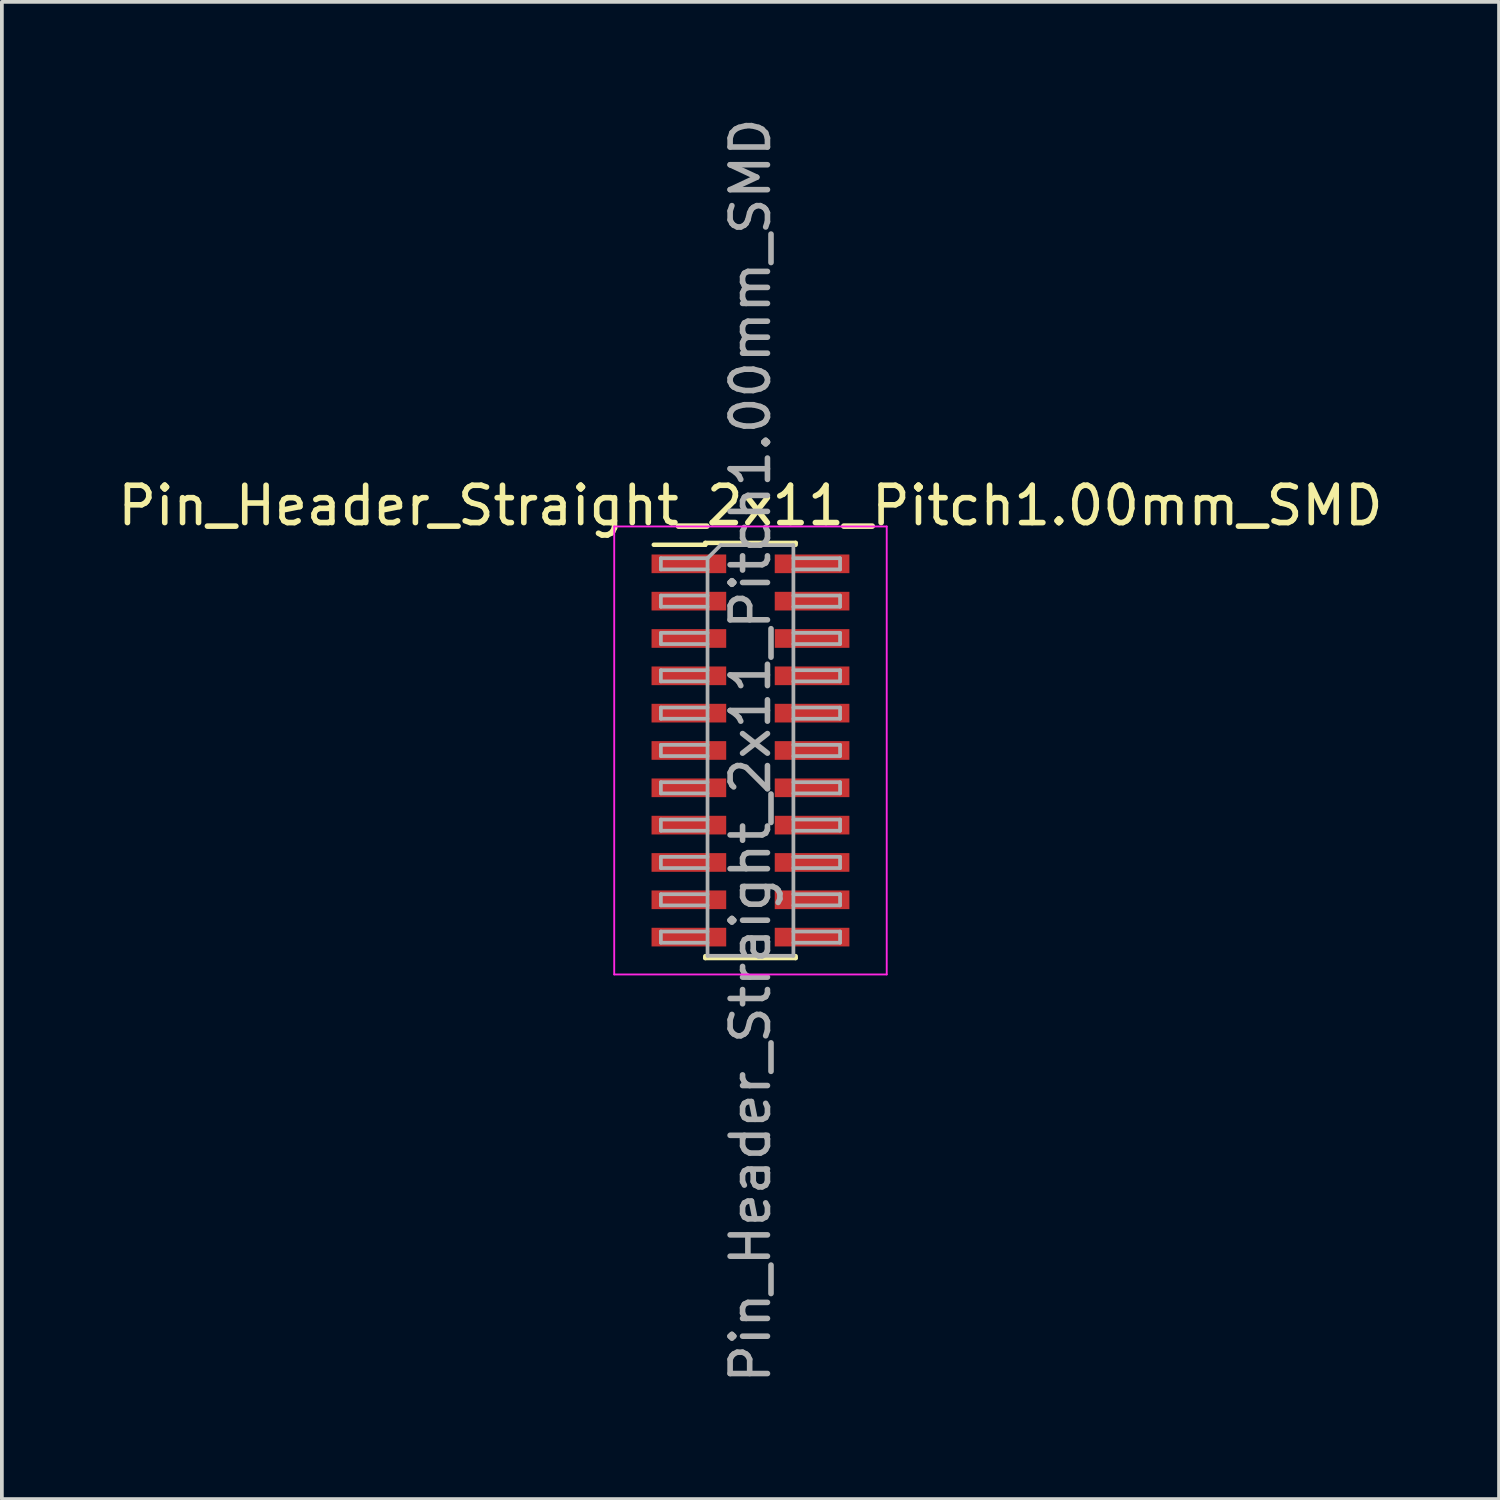
<source format=kicad_pcb>
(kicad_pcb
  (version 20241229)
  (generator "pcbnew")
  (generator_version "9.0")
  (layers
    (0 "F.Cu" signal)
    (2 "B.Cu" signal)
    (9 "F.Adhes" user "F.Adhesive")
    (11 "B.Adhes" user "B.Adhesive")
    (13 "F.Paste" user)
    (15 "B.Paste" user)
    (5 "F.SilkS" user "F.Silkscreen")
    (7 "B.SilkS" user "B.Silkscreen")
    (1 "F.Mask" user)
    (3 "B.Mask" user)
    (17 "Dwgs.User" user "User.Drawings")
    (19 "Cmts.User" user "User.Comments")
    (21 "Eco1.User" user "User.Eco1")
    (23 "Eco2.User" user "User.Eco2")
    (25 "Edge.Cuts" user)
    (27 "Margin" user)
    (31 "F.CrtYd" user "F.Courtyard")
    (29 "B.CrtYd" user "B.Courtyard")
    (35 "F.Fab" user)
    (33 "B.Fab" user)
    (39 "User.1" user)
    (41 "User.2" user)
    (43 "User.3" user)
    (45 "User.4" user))
  (footprint "Pin_Header_Straight_2x11_Pitch1.00mm_SMD"
    (layer "F.Cu")
    (at 17.054 17.054)
    (property "Reference" "Pin_Header_Straight_2x11_Pitch1.00mm_SMD" (at 0 -6.56 0) (layer "F.SilkS") (effects (font (size 1 1) (thickness 0.15))))
    (attr smd)
    (fp_line (start -2.59 -5.51) (end -1.21 -5.51) (stroke (width 0.12) (type solid)) (layer "F.SilkS"))
    (fp_line (start -1.21 -5.56) (end -1.21 -5.51) (stroke (width 0.12) (type solid)) (layer "F.SilkS"))
    (fp_line (start -1.21 -5.56) (end 1.21 -5.56) (stroke (width 0.12) (type solid)) (layer "F.SilkS"))
    (fp_line (start -1.21 5.51) (end -1.21 5.56) (stroke (width 0.12) (type solid)) (layer "F.SilkS"))
    (fp_line (start -1.21 5.56) (end 1.21 5.56) (stroke (width 0.12) (type solid)) (layer "F.SilkS"))
    (fp_line (start 1.21 -5.56) (end 1.21 -5.51) (stroke (width 0.12) (type solid)) (layer "F.SilkS"))
    (fp_line (start 1.21 5.51) (end 1.21 5.56) (stroke (width 0.12) (type solid)) (layer "F.SilkS"))
    (fp_line (start -3.65 -6) (end -3.65 6) (stroke (width 0.05) (type solid)) (layer "F.CrtYd"))
    (fp_line (start -3.65 6) (end 3.65 6) (stroke (width 0.05) (type solid)) (layer "F.CrtYd"))
    (fp_line (start 3.65 -6) (end -3.65 -6) (stroke (width 0.05) (type solid)) (layer "F.CrtYd"))
    (fp_line (start 3.65 6) (end 3.65 -6) (stroke (width 0.05) (type solid)) (layer "F.CrtYd"))
    (fp_line (start -2.4 -5.15) (end -2.4 -4.85) (stroke (width 0.1) (type solid)) (layer "F.Fab"))
    (fp_line (start -2.4 -4.85) (end -1.15 -4.85) (stroke (width 0.1) (type solid)) (layer "F.Fab"))
    (fp_line (start -2.4 -4.15) (end -2.4 -3.85) (stroke (width 0.1) (type solid)) (layer "F.Fab"))
    (fp_line (start -2.4 -3.85) (end -1.15 -3.85) (stroke (width 0.1) (type solid)) (layer "F.Fab"))
    (fp_line (start -2.4 -3.15) (end -2.4 -2.85) (stroke (width 0.1) (type solid)) (layer "F.Fab"))
    (fp_line (start -2.4 -2.85) (end -1.15 -2.85) (stroke (width 0.1) (type solid)) (layer "F.Fab"))
    (fp_line (start -2.4 -2.15) (end -2.4 -1.85) (stroke (width 0.1) (type solid)) (layer "F.Fab"))
    (fp_line (start -2.4 -1.85) (end -1.15 -1.85) (stroke (width 0.1) (type solid)) (layer "F.Fab"))
    (fp_line (start -2.4 -1.15) (end -2.4 -0.85) (stroke (width 0.1) (type solid)) (layer "F.Fab"))
    (fp_line (start -2.4 -0.85) (end -1.15 -0.85) (stroke (width 0.1) (type solid)) (layer "F.Fab"))
    (fp_line (start -2.4 -0.15) (end -2.4 0.15) (stroke (width 0.1) (type solid)) (layer "F.Fab"))
    (fp_line (start -2.4 0.15) (end -1.15 0.15) (stroke (width 0.1) (type solid)) (layer "F.Fab"))
    (fp_line (start -2.4 0.85) (end -2.4 1.15) (stroke (width 0.1) (type solid)) (layer "F.Fab"))
    (fp_line (start -2.4 1.15) (end -1.15 1.15) (stroke (width 0.1) (type solid)) (layer "F.Fab"))
    (fp_line (start -2.4 1.85) (end -2.4 2.15) (stroke (width 0.1) (type solid)) (layer "F.Fab"))
    (fp_line (start -2.4 2.15) (end -1.15 2.15) (stroke (width 0.1) (type solid)) (layer "F.Fab"))
    (fp_line (start -2.4 2.85) (end -2.4 3.15) (stroke (width 0.1) (type solid)) (layer "F.Fab"))
    (fp_line (start -2.4 3.15) (end -1.15 3.15) (stroke (width 0.1) (type solid)) (layer "F.Fab"))
    (fp_line (start -2.4 3.85) (end -2.4 4.15) (stroke (width 0.1) (type solid)) (layer "F.Fab"))
    (fp_line (start -2.4 4.15) (end -1.15 4.15) (stroke (width 0.1) (type solid)) (layer "F.Fab"))
    (fp_line (start -2.4 4.85) (end -2.4 5.15) (stroke (width 0.1) (type solid)) (layer "F.Fab"))
    (fp_line (start -2.4 5.15) (end -1.15 5.15) (stroke (width 0.1) (type solid)) (layer "F.Fab"))
    (fp_line (start -1.15 -5.15) (end -2.4 -5.15) (stroke (width 0.1) (type solid)) (layer "F.Fab"))
    (fp_line (start -1.15 -5.15) (end -0.8 -5.5) (stroke (width 0.1) (type solid)) (layer "F.Fab"))
    (fp_line (start -1.15 -4.15) (end -2.4 -4.15) (stroke (width 0.1) (type solid)) (layer "F.Fab"))
    (fp_line (start -1.15 -3.15) (end -2.4 -3.15) (stroke (width 0.1) (type solid)) (layer "F.Fab"))
    (fp_line (start -1.15 -2.15) (end -2.4 -2.15) (stroke (width 0.1) (type solid)) (layer "F.Fab"))
    (fp_line (start -1.15 -1.15) (end -2.4 -1.15) (stroke (width 0.1) (type solid)) (layer "F.Fab"))
    (fp_line (start -1.15 -0.15) (end -2.4 -0.15) (stroke (width 0.1) (type solid)) (layer "F.Fab"))
    (fp_line (start -1.15 0.85) (end -2.4 0.85) (stroke (width 0.1) (type solid)) (layer "F.Fab"))
    (fp_line (start -1.15 1.85) (end -2.4 1.85) (stroke (width 0.1) (type solid)) (layer "F.Fab"))
    (fp_line (start -1.15 2.85) (end -2.4 2.85) (stroke (width 0.1) (type solid)) (layer "F.Fab"))
    (fp_line (start -1.15 3.85) (end -2.4 3.85) (stroke (width 0.1) (type solid)) (layer "F.Fab"))
    (fp_line (start -1.15 4.85) (end -2.4 4.85) (stroke (width 0.1) (type solid)) (layer "F.Fab"))
    (fp_line (start -1.15 5.5) (end -1.15 -5.15) (stroke (width 0.1) (type solid)) (layer "F.Fab"))
    (fp_line (start -0.8 -5.5) (end 1.15 -5.5) (stroke (width 0.1) (type solid)) (layer "F.Fab"))
    (fp_line (start 1.15 -5.5) (end 1.15 5.5) (stroke (width 0.1) (type solid)) (layer "F.Fab"))
    (fp_line (start 1.15 -5.15) (end 2.4 -5.15) (stroke (width 0.1) (type solid)) (layer "F.Fab"))
    (fp_line (start 1.15 -4.15) (end 2.4 -4.15) (stroke (width 0.1) (type solid)) (layer "F.Fab"))
    (fp_line (start 1.15 -3.15) (end 2.4 -3.15) (stroke (width 0.1) (type solid)) (layer "F.Fab"))
    (fp_line (start 1.15 -2.15) (end 2.4 -2.15) (stroke (width 0.1) (type solid)) (layer "F.Fab"))
    (fp_line (start 1.15 -1.15) (end 2.4 -1.15) (stroke (width 0.1) (type solid)) (layer "F.Fab"))
    (fp_line (start 1.15 -0.15) (end 2.4 -0.15) (stroke (width 0.1) (type solid)) (layer "F.Fab"))
    (fp_line (start 1.15 0.85) (end 2.4 0.85) (stroke (width 0.1) (type solid)) (layer "F.Fab"))
    (fp_line (start 1.15 1.85) (end 2.4 1.85) (stroke (width 0.1) (type solid)) (layer "F.Fab"))
    (fp_line (start 1.15 2.85) (end 2.4 2.85) (stroke (width 0.1) (type solid)) (layer "F.Fab"))
    (fp_line (start 1.15 3.85) (end 2.4 3.85) (stroke (width 0.1) (type solid)) (layer "F.Fab"))
    (fp_line (start 1.15 4.85) (end 2.4 4.85) (stroke (width 0.1) (type solid)) (layer "F.Fab"))
    (fp_line (start 1.15 5.5) (end -1.15 5.5) (stroke (width 0.1) (type solid)) (layer "F.Fab"))
    (fp_line (start 2.4 -5.15) (end 2.4 -4.85) (stroke (width 0.1) (type solid)) (layer "F.Fab"))
    (fp_line (start 2.4 -4.85) (end 1.15 -4.85) (stroke (width 0.1) (type solid)) (layer "F.Fab"))
    (fp_line (start 2.4 -4.15) (end 2.4 -3.85) (stroke (width 0.1) (type solid)) (layer "F.Fab"))
    (fp_line (start 2.4 -3.85) (end 1.15 -3.85) (stroke (width 0.1) (type solid)) (layer "F.Fab"))
    (fp_line (start 2.4 -3.15) (end 2.4 -2.85) (stroke (width 0.1) (type solid)) (layer "F.Fab"))
    (fp_line (start 2.4 -2.85) (end 1.15 -2.85) (stroke (width 0.1) (type solid)) (layer "F.Fab"))
    (fp_line (start 2.4 -2.15) (end 2.4 -1.85) (stroke (width 0.1) (type solid)) (layer "F.Fab"))
    (fp_line (start 2.4 -1.85) (end 1.15 -1.85) (stroke (width 0.1) (type solid)) (layer "F.Fab"))
    (fp_line (start 2.4 -1.15) (end 2.4 -0.85) (stroke (width 0.1) (type solid)) (layer "F.Fab"))
    (fp_line (start 2.4 -0.85) (end 1.15 -0.85) (stroke (width 0.1) (type solid)) (layer "F.Fab"))
    (fp_line (start 2.4 -0.15) (end 2.4 0.15) (stroke (width 0.1) (type solid)) (layer "F.Fab"))
    (fp_line (start 2.4 0.15) (end 1.15 0.15) (stroke (width 0.1) (type solid)) (layer "F.Fab"))
    (fp_line (start 2.4 0.85) (end 2.4 1.15) (stroke (width 0.1) (type solid)) (layer "F.Fab"))
    (fp_line (start 2.4 1.15) (end 1.15 1.15) (stroke (width 0.1) (type solid)) (layer "F.Fab"))
    (fp_line (start 2.4 1.85) (end 2.4 2.15) (stroke (width 0.1) (type solid)) (layer "F.Fab"))
    (fp_line (start 2.4 2.15) (end 1.15 2.15) (stroke (width 0.1) (type solid)) (layer "F.Fab"))
    (fp_line (start 2.4 2.85) (end 2.4 3.15) (stroke (width 0.1) (type solid)) (layer "F.Fab"))
    (fp_line (start 2.4 3.15) (end 1.15 3.15) (stroke (width 0.1) (type solid)) (layer "F.Fab"))
    (fp_line (start 2.4 3.85) (end 2.4 4.15) (stroke (width 0.1) (type solid)) (layer "F.Fab"))
    (fp_line (start 2.4 4.15) (end 1.15 4.15) (stroke (width 0.1) (type solid)) (layer "F.Fab"))
    (fp_line (start 2.4 4.85) (end 2.4 5.15) (stroke (width 0.1) (type solid)) (layer "F.Fab"))
    (fp_line (start 2.4 5.15) (end 1.15 5.15) (stroke (width 0.1) (type solid)) (layer "F.Fab"))
    (fp_text user "${REFERENCE}" (at 0 0 90) (layer "F.Fab") (effects (font (size 1 1) (thickness 0.15))))
    (pad "1" smd rect (at -1.65 -5) (size 2 0.5) (layers "F.Cu" "F.Mask" "F.Paste"))
    (pad "2" smd rect (at 1.65 -5) (size 2 0.5) (layers "F.Cu" "F.Mask" "F.Paste"))
    (pad "3" smd rect (at -1.65 -4) (size 2 0.5) (layers "F.Cu" "F.Mask" "F.Paste"))
    (pad "4" smd rect (at 1.65 -4) (size 2 0.5) (layers "F.Cu" "F.Mask" "F.Paste"))
    (pad "5" smd rect (at -1.65 -3) (size 2 0.5) (layers "F.Cu" "F.Mask" "F.Paste"))
    (pad "6" smd rect (at 1.65 -3) (size 2 0.5) (layers "F.Cu" "F.Mask" "F.Paste"))
    (pad "7" smd rect (at -1.65 -2) (size 2 0.5) (layers "F.Cu" "F.Mask" "F.Paste"))
    (pad "8" smd rect (at 1.65 -2) (size 2 0.5) (layers "F.Cu" "F.Mask" "F.Paste"))
    (pad "9" smd rect (at -1.65 -1) (size 2 0.5) (layers "F.Cu" "F.Mask" "F.Paste"))
    (pad "10" smd rect (at 1.65 -1) (size 2 0.5) (layers "F.Cu" "F.Mask" "F.Paste"))
    (pad "11" smd rect (at -1.65 0) (size 2 0.5) (layers "F.Cu" "F.Mask" "F.Paste"))
    (pad "12" smd rect (at 1.65 0) (size 2 0.5) (layers "F.Cu" "F.Mask" "F.Paste"))
    (pad "13" smd rect (at -1.65 1) (size 2 0.5) (layers "F.Cu" "F.Mask" "F.Paste"))
    (pad "14" smd rect (at 1.65 1) (size 2 0.5) (layers "F.Cu" "F.Mask" "F.Paste"))
    (pad "15" smd rect (at -1.65 2) (size 2 0.5) (layers "F.Cu" "F.Mask" "F.Paste"))
    (pad "16" smd rect (at 1.65 2) (size 2 0.5) (layers "F.Cu" "F.Mask" "F.Paste"))
    (pad "17" smd rect (at -1.65 3) (size 2 0.5) (layers "F.Cu" "F.Mask" "F.Paste"))
    (pad "18" smd rect (at 1.65 3) (size 2 0.5) (layers "F.Cu" "F.Mask" "F.Paste"))
    (pad "19" smd rect (at -1.65 4) (size 2 0.5) (layers "F.Cu" "F.Mask" "F.Paste"))
    (pad "20" smd rect (at 1.65 4) (size 2 0.5) (layers "F.Cu" "F.Mask" "F.Paste"))
    (pad "21" smd rect (at -1.65 5) (size 2 0.5) (layers "F.Cu" "F.Mask" "F.Paste"))
    (pad "22" smd rect (at 1.65 5) (size 2 0.5) (layers "F.Cu" "F.Mask" "F.Paste")))
  (gr_rect
    (start -3 -3)
    (end 37.107 37.107)
    (stroke (width 0.1) (type default))
    (fill no)
    (layer "Edge.Cuts")))
</source>
